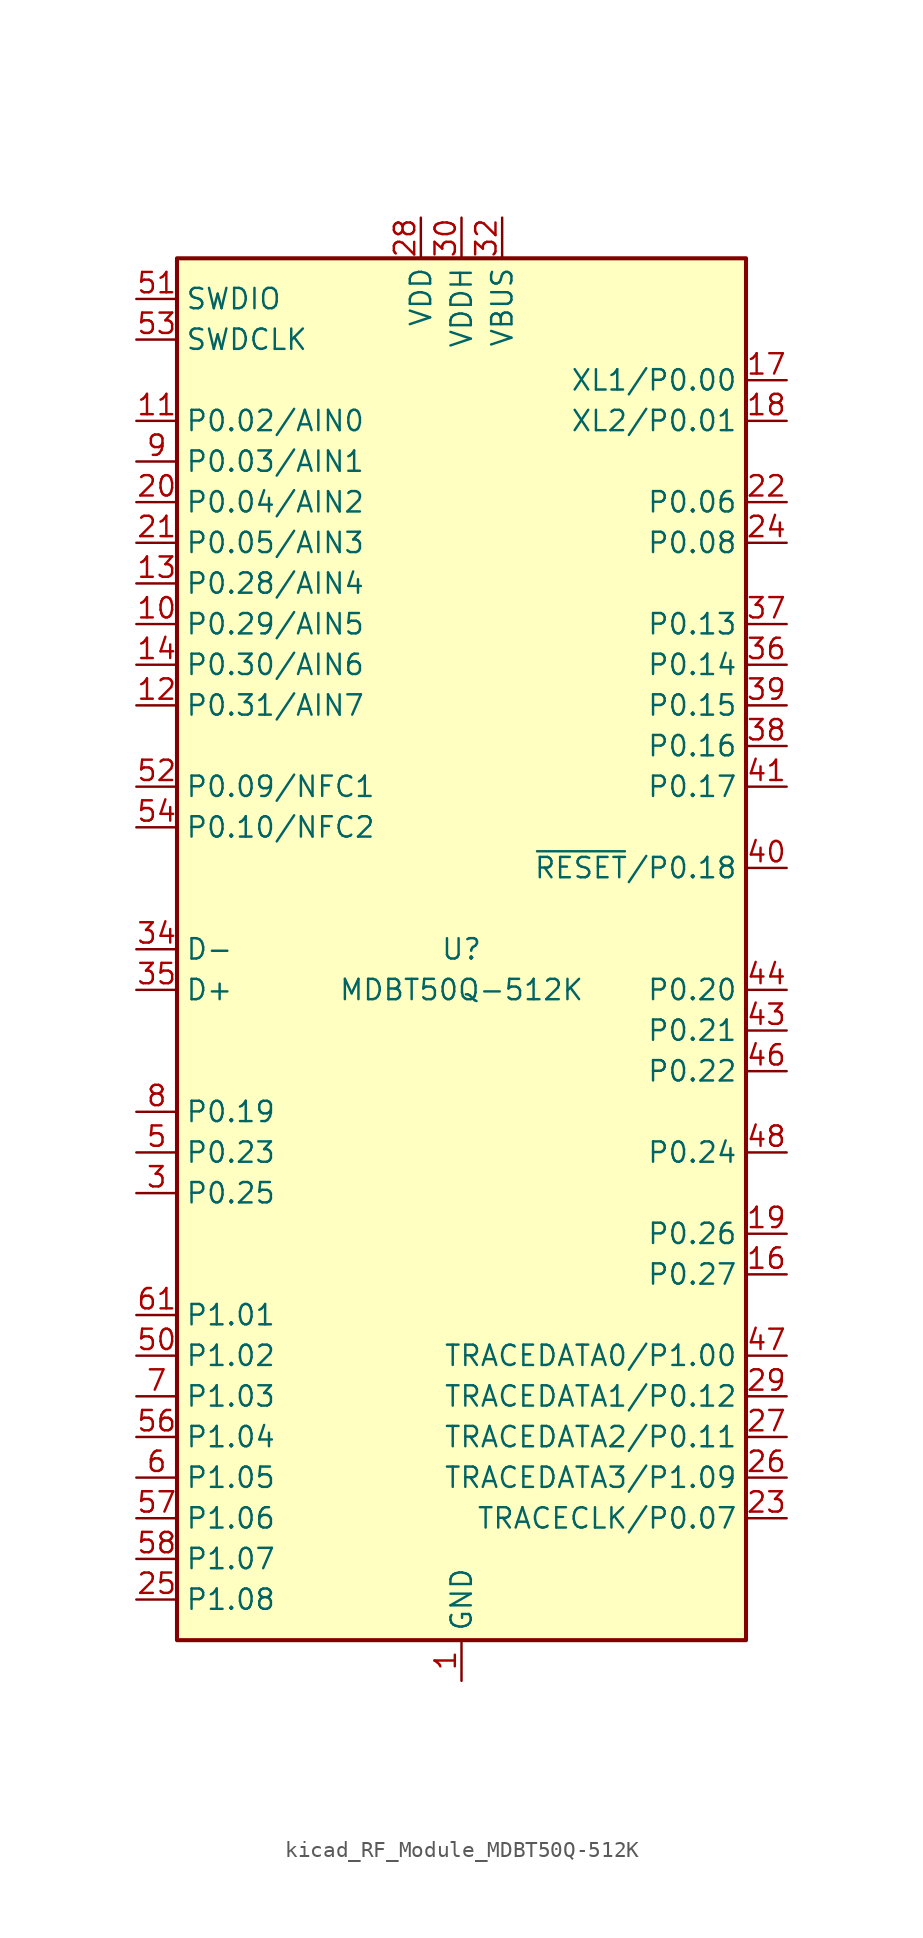
<source format=kicad_sym>
(kicad_symbol_lib
  (version 20220914)
  (generator kicad_symbol_editor)
  (symbol "kicad_RF_Module_MDBT50Q-512K"
    (property "Reference" "U"
      (at 0 0 0)
      (effects (font (size 1.27 1.27))))
    (property "Value" "MDBT50Q-512K"
      (at 0 -2.54 0)
      (effects (font (size 1.27 1.27))))
    (symbol "kicad_RF_Module_MDBT50Q-512K_0_1"
      (rectangle (start -17.78 43.18) (end 17.78 -43.18) (stroke (width 0.254) (type default)) (fill (type background))))
    (symbol "kicad_RF_Module_MDBT50Q-512K_1_1"
      (pin power_in line (at 0 -45.72 90) (length 2.54) (name "GND" (effects (font (size 1.27 1.27)))) (number "1" (effects (font (size 1.27 1.27)))))
      (pin bidirectional line (at -20.32 20.32 0) (length 2.54) (name "P0.29/AIN5" (effects (font (size 1.27 1.27)))) (number "10" (effects (font (size 1.27 1.27)))))
      (pin bidirectional line (at -20.32 33.02 0) (length 2.54) (name "P0.02/AIN0" (effects (font (size 1.27 1.27)))) (number "11" (effects (font (size 1.27 1.27)))))
      (pin bidirectional line (at -20.32 15.24 0) (length 2.54) (name "P0.31/AIN7" (effects (font (size 1.27 1.27)))) (number "12" (effects (font (size 1.27 1.27)))))
      (pin bidirectional line (at -20.32 22.86 0) (length 2.54) (name "P0.28/AIN4" (effects (font (size 1.27 1.27)))) (number "13" (effects (font (size 1.27 1.27)))))
      (pin bidirectional line (at -20.32 17.78 0) (length 2.54) (name "P0.30/AIN6" (effects (font (size 1.27 1.27)))) (number "14" (effects (font (size 1.27 1.27)))))
      (pin passive line (at 0 -45.72 90) (length 2.54) hide (name "GND" (effects (font (size 1.27 1.27)))) (number "15" (effects (font (size 1.27 1.27)))))
      (pin bidirectional line (at 20.32 -20.32 180) (length 2.54) (name "P0.27" (effects (font (size 1.27 1.27)))) (number "16" (effects (font (size 1.27 1.27)))))
      (pin bidirectional line (at 20.32 35.56 180) (length 2.54) (name "XL1/P0.00" (effects (font (size 1.27 1.27)))) (number "17" (effects (font (size 1.27 1.27)))))
      (pin bidirectional line (at 20.32 33.02 180) (length 2.54) (name "XL2/P0.01" (effects (font (size 1.27 1.27)))) (number "18" (effects (font (size 1.27 1.27)))))
      (pin bidirectional line (at 20.32 -17.78 180) (length 2.54) (name "P0.26" (effects (font (size 1.27 1.27)))) (number "19" (effects (font (size 1.27 1.27)))))
      (pin passive line (at 0 -45.72 90) (length 2.54) hide (name "GND" (effects (font (size 1.27 1.27)))) (number "2" (effects (font (size 1.27 1.27)))))
      (pin bidirectional line (at -20.32 27.94 0) (length 2.54) (name "P0.04/AIN2" (effects (font (size 1.27 1.27)))) (number "20" (effects (font (size 1.27 1.27)))))
      (pin bidirectional line (at -20.32 25.4 0) (length 2.54) (name "P0.05/AIN3" (effects (font (size 1.27 1.27)))) (number "21" (effects (font (size 1.27 1.27)))))
      (pin bidirectional line (at 20.32 27.94 180) (length 2.54) (name "P0.06" (effects (font (size 1.27 1.27)))) (number "22" (effects (font (size 1.27 1.27)))))
      (pin bidirectional line (at 20.32 -35.56 180) (length 2.54) (name "TRACECLK/P0.07" (effects (font (size 1.27 1.27)))) (number "23" (effects (font (size 1.27 1.27)))))
      (pin bidirectional line (at 20.32 25.4 180) (length 2.54) (name "P0.08" (effects (font (size 1.27 1.27)))) (number "24" (effects (font (size 1.27 1.27)))))
      (pin bidirectional line (at -20.32 -40.64 0) (length 2.54) (name "P1.08" (effects (font (size 1.27 1.27)))) (number "25" (effects (font (size 1.27 1.27)))))
      (pin bidirectional line (at 20.32 -33.02 180) (length 2.54) (name "TRACEDATA3/P1.09" (effects (font (size 1.27 1.27)))) (number "26" (effects (font (size 1.27 1.27)))))
      (pin bidirectional line (at 20.32 -30.48 180) (length 2.54) (name "TRACEDATA2/P0.11" (effects (font (size 1.27 1.27)))) (number "27" (effects (font (size 1.27 1.27)))))
      (pin power_in line (at -2.54 45.72 270) (length 2.54) (name "VDD" (effects (font (size 1.27 1.27)))) (number "28" (effects (font (size 1.27 1.27)))))
      (pin bidirectional line (at 20.32 -27.94 180) (length 2.54) (name "TRACEDATA1/P0.12" (effects (font (size 1.27 1.27)))) (number "29" (effects (font (size 1.27 1.27)))))
      (pin bidirectional line (at -20.32 -15.24 0) (length 2.54) (name "P0.25" (effects (font (size 1.27 1.27)))) (number "3" (effects (font (size 1.27 1.27)))))
      (pin power_in line (at 0 45.72 270) (length 2.54) (name "VDDH" (effects (font (size 1.27 1.27)))) (number "30" (effects (font (size 1.27 1.27)))))
      (pin no_connect line (at 5.08 43.18 270) (length 2.54) hide (name "NC" (effects (font (size 1.27 1.27)))) (number "31" (effects (font (size 1.27 1.27)))))
      (pin power_in line (at 2.54 45.72 270) (length 2.54) (name "VBUS" (effects (font (size 1.27 1.27)))) (number "32" (effects (font (size 1.27 1.27)))))
      (pin passive line (at 0 -45.72 90) (length 2.54) hide (name "GND" (effects (font (size 1.27 1.27)))) (number "33" (effects (font (size 1.27 1.27)))))
      (pin bidirectional line (at -20.32 0 0) (length 2.54) (name "D-" (effects (font (size 1.27 1.27)))) (number "34" (effects (font (size 1.27 1.27)))))
      (pin bidirectional line (at -20.32 -2.54 0) (length 2.54) (name "D+" (effects (font (size 1.27 1.27)))) (number "35" (effects (font (size 1.27 1.27)))))
      (pin bidirectional line (at 20.32 17.78 180) (length 2.54) (name "P0.14" (effects (font (size 1.27 1.27)))) (number "36" (effects (font (size 1.27 1.27)))))
      (pin bidirectional line (at 20.32 20.32 180) (length 2.54) (name "P0.13" (effects (font (size 1.27 1.27)))) (number "37" (effects (font (size 1.27 1.27)))))
      (pin bidirectional line (at 20.32 12.7 180) (length 2.54) (name "P0.16" (effects (font (size 1.27 1.27)))) (number "38" (effects (font (size 1.27 1.27)))))
      (pin bidirectional line (at 20.32 15.24 180) (length 2.54) (name "P0.15" (effects (font (size 1.27 1.27)))) (number "39" (effects (font (size 1.27 1.27)))))
      (pin no_connect line (at -17.78 -17.78 0) (length 2.54) hide (name "NC" (effects (font (size 1.27 1.27)))) (number "4" (effects (font (size 1.27 1.27)))))
      (pin bidirectional line (at 20.32 5.08 180) (length 2.54) (name "~{RESET}/P0.18" (effects (font (size 1.27 1.27)))) (number "40" (effects (font (size 1.27 1.27)))))
      (pin bidirectional line (at 20.32 10.16 180) (length 2.54) (name "P0.17" (effects (font (size 1.27 1.27)))) (number "41" (effects (font (size 1.27 1.27)))))
      (pin no_connect line (at 17.78 0 180) (length 2.54) hide (name "P0.19" (effects (font (size 1.27 1.27)))) (number "42" (effects (font (size 1.27 1.27)))))
      (pin bidirectional line (at 20.32 -5.08 180) (length 2.54) (name "P0.21" (effects (font (size 1.27 1.27)))) (number "43" (effects (font (size 1.27 1.27)))))
      (pin bidirectional line (at 20.32 -2.54 180) (length 2.54) (name "P0.20" (effects (font (size 1.27 1.27)))) (number "44" (effects (font (size 1.27 1.27)))))
      (pin no_connect line (at 17.78 -10.16 180) (length 2.54) hide (name "NC" (effects (font (size 1.27 1.27)))) (number "45" (effects (font (size 1.27 1.27)))))
      (pin bidirectional line (at 20.32 -7.62 180) (length 2.54) (name "P0.22" (effects (font (size 1.27 1.27)))) (number "46" (effects (font (size 1.27 1.27)))))
      (pin bidirectional line (at 20.32 -25.4 180) (length 2.54) (name "TRACEDATA0/P1.00" (effects (font (size 1.27 1.27)))) (number "47" (effects (font (size 1.27 1.27)))))
      (pin bidirectional line (at 20.32 -12.7 180) (length 2.54) (name "P0.24" (effects (font (size 1.27 1.27)))) (number "48" (effects (font (size 1.27 1.27)))))
      (pin no_connect line (at 17.78 -15.24 180) (length 2.54) hide (name "NC" (effects (font (size 1.27 1.27)))) (number "49" (effects (font (size 1.27 1.27)))))
      (pin bidirectional line (at -20.32 -12.7 0) (length 2.54) (name "P0.23" (effects (font (size 1.27 1.27)))) (number "5" (effects (font (size 1.27 1.27)))))
      (pin bidirectional line (at -20.32 -25.4 0) (length 2.54) (name "P1.02" (effects (font (size 1.27 1.27)))) (number "50" (effects (font (size 1.27 1.27)))))
      (pin bidirectional line (at -20.32 40.64 0) (length 2.54) (name "SWDIO" (effects (font (size 1.27 1.27)))) (number "51" (effects (font (size 1.27 1.27)))))
      (pin bidirectional line (at -20.32 10.16 0) (length 2.54) (name "P0.09/NFC1" (effects (font (size 1.27 1.27)))) (number "52" (effects (font (size 1.27 1.27)))))
      (pin input line (at -20.32 38.1 0) (length 2.54) (name "SWDCLK" (effects (font (size 1.27 1.27)))) (number "53" (effects (font (size 1.27 1.27)))))
      (pin bidirectional line (at -20.32 7.62 0) (length 2.54) (name "P0.10/NFC2" (effects (font (size 1.27 1.27)))) (number "54" (effects (font (size 1.27 1.27)))))
      (pin passive line (at 0 -45.72 90) (length 2.54) hide (name "GND" (effects (font (size 1.27 1.27)))) (number "55" (effects (font (size 1.27 1.27)))))
      (pin bidirectional line (at -20.32 -30.48 0) (length 2.54) (name "P1.04" (effects (font (size 1.27 1.27)))) (number "56" (effects (font (size 1.27 1.27)))))
      (pin bidirectional line (at -20.32 -35.56 0) (length 2.54) (name "P1.06" (effects (font (size 1.27 1.27)))) (number "57" (effects (font (size 1.27 1.27)))))
      (pin bidirectional line (at -20.32 -38.1 0) (length 2.54) (name "P1.07" (effects (font (size 1.27 1.27)))) (number "58" (effects (font (size 1.27 1.27)))))
      (pin no_connect line (at 17.78 38.1 180) (length 2.54) hide (name "NC" (effects (font (size 1.27 1.27)))) (number "59" (effects (font (size 1.27 1.27)))))
      (pin bidirectional line (at -20.32 -33.02 0) (length 2.54) (name "P1.05" (effects (font (size 1.27 1.27)))) (number "6" (effects (font (size 1.27 1.27)))))
      (pin no_connect line (at 17.78 40.64 180) (length 2.54) hide (name "NC" (effects (font (size 1.27 1.27)))) (number "60" (effects (font (size 1.27 1.27)))))
      (pin bidirectional line (at -20.32 -22.86 0) (length 2.54) (name "P1.01" (effects (font (size 1.27 1.27)))) (number "61" (effects (font (size 1.27 1.27)))))
      (pin bidirectional line (at -20.32 -27.94 0) (length 2.54) (name "P1.03" (effects (font (size 1.27 1.27)))) (number "7" (effects (font (size 1.27 1.27)))))
      (pin bidirectional line (at -20.32 -10.16 0) (length 2.54) (name "P0.19" (effects (font (size 1.27 1.27)))) (number "8" (effects (font (size 1.27 1.27)))))
      (pin bidirectional line (at -20.32 30.48 0) (length 2.54) (name "P0.03/AIN1" (effects (font (size 1.27 1.27)))) (number "9" (effects (font (size 1.27 1.27))))))))
</source>
